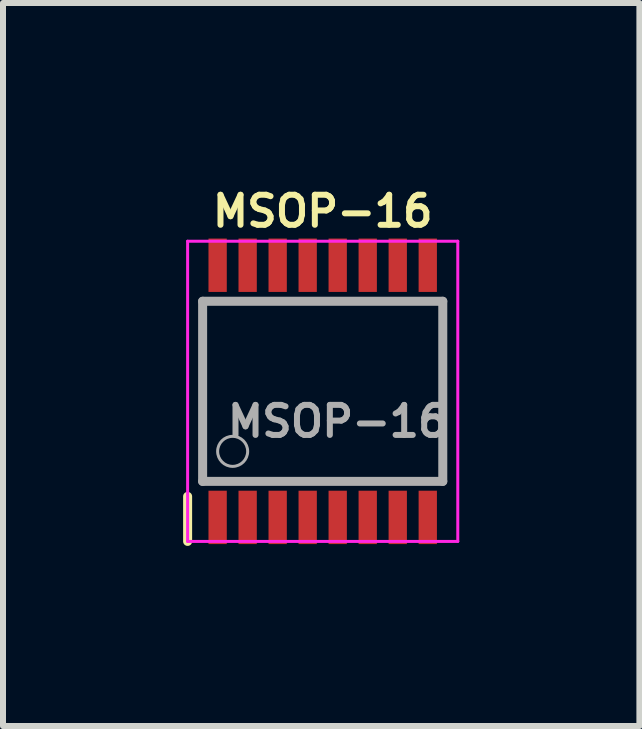
<source format=kicad_pcb>
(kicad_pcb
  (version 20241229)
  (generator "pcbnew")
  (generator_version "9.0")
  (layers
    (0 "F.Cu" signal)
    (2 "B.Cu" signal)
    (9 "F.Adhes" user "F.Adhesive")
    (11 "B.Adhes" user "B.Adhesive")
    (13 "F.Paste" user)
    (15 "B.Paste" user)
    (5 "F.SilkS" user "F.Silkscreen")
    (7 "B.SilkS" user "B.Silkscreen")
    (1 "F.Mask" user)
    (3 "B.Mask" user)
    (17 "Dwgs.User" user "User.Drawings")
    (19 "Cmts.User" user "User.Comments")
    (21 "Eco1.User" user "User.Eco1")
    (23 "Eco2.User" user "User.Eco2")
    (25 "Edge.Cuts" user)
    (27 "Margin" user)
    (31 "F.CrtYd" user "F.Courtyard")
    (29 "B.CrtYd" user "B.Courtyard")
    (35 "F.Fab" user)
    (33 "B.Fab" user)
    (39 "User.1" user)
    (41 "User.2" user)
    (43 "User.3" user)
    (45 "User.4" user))
  (footprint "MSOP-16"
    (layer "F.Cu")
    (at 2.325 3.468)
    (property "Reference" "MSOP-16" (at 0 -3 0) (layer "F.SilkS") (effects (font (size 0.5 0.5) (thickness 0.1))))
    (attr smd)
    (fp_line (start -2.25 1.75) (end -2.25 2.5) (stroke (width 0.15) (type solid)) (layer "F.SilkS"))
    (fp_line (start -2.25 -2.5) (end 2.25 -2.5) (stroke (width 0.05) (type solid)) (layer "F.CrtYd"))
    (fp_line (start -2.25 2.5) (end -2.25 -2.5) (stroke (width 0.05) (type solid)) (layer "F.CrtYd"))
    (fp_line (start -2.25 2.5) (end 2.25 2.5) (stroke (width 0.05) (type solid)) (layer "F.CrtYd"))
    (fp_line (start 2.25 2.5) (end 2.25 -2.5) (stroke (width 0.05) (type solid)) (layer "F.CrtYd"))
    (fp_line (start -2 -1.5) (end -2 1.5) (stroke (width 0.15) (type solid)) (layer "F.Fab"))
    (fp_line (start -2 1.5) (end 2 1.5) (stroke (width 0.15) (type solid)) (layer "F.Fab"))
    (fp_line (start 2 -1.5) (end -2 -1.5) (stroke (width 0.15) (type solid)) (layer "F.Fab"))
    (fp_line (start 2 1.5) (end 2 -1.5) (stroke (width 0.15) (type solid)) (layer "F.Fab"))
    (fp_circle (center -1.5 1) (end -1.75 1) (stroke (width 0.05) (type solid)) (fill no) (layer "F.Fab"))
    (fp_text user "${REFERENCE}" (at 0.25 0.5 0) (layer "F.Fab") (effects (font (size 0.5 0.5) (thickness 0.1))))
    (pad "1" smd rect (at -1.75 2.1) (size 0.305 0.889) (layers "F.Cu" "F.Mask" "F.Paste"))
    (pad "2" smd rect (at -1.25 2.1) (size 0.305 0.889) (layers "F.Cu" "F.Mask" "F.Paste"))
    (pad "3" smd rect (at -0.75 2.1) (size 0.305 0.889) (layers "F.Cu" "F.Mask" "F.Paste"))
    (pad "4" smd rect (at -0.25 2.1) (size 0.305 0.889) (layers "F.Cu" "F.Mask" "F.Paste"))
    (pad "5" smd rect (at 0.25 2.1) (size 0.305 0.889) (layers "F.Cu" "F.Mask" "F.Paste"))
    (pad "6" smd rect (at 0.75 2.1) (size 0.305 0.889) (layers "F.Cu" "F.Mask" "F.Paste"))
    (pad "7" smd rect (at 1.25 2.1) (size 0.305 0.889) (layers "F.Cu" "F.Mask" "F.Paste"))
    (pad "8" smd rect (at 1.75 2.1) (size 0.305 0.889) (layers "F.Cu" "F.Mask" "F.Paste"))
    (pad "9" smd rect (at 1.75 -2.1) (size 0.305 0.889) (layers "F.Cu" "F.Mask" "F.Paste"))
    (pad "10" smd rect (at 1.25 -2.1) (size 0.305 0.889) (layers "F.Cu" "F.Mask" "F.Paste"))
    (pad "11" smd rect (at 0.75 -2.1) (size 0.305 0.889) (layers "F.Cu" "F.Mask" "F.Paste"))
    (pad "12" smd rect (at 0.25 -2.1) (size 0.305 0.889) (layers "F.Cu" "F.Mask" "F.Paste"))
    (pad "13" smd rect (at -0.25 -2.1) (size 0.305 0.889) (layers "F.Cu" "F.Mask" "F.Paste"))
    (pad "14" smd rect (at -0.75 -2.1) (size 0.305 0.889) (layers "F.Cu" "F.Mask" "F.Paste"))
    (pad "15" smd rect (at -1.25 -2.1) (size 0.305 0.889) (layers "F.Cu" "F.Mask" "F.Paste"))
    (pad "16" smd rect (at -1.75 -2.1) (size 0.305 0.889) (layers "F.Cu" "F.Mask" "F.Paste")))
  (gr_rect
    (start -3 -3)
    (end 7.6 9.043)
    (stroke (width 0.1) (type default))
    (fill no)
    (layer "Edge.Cuts")))
</source>
